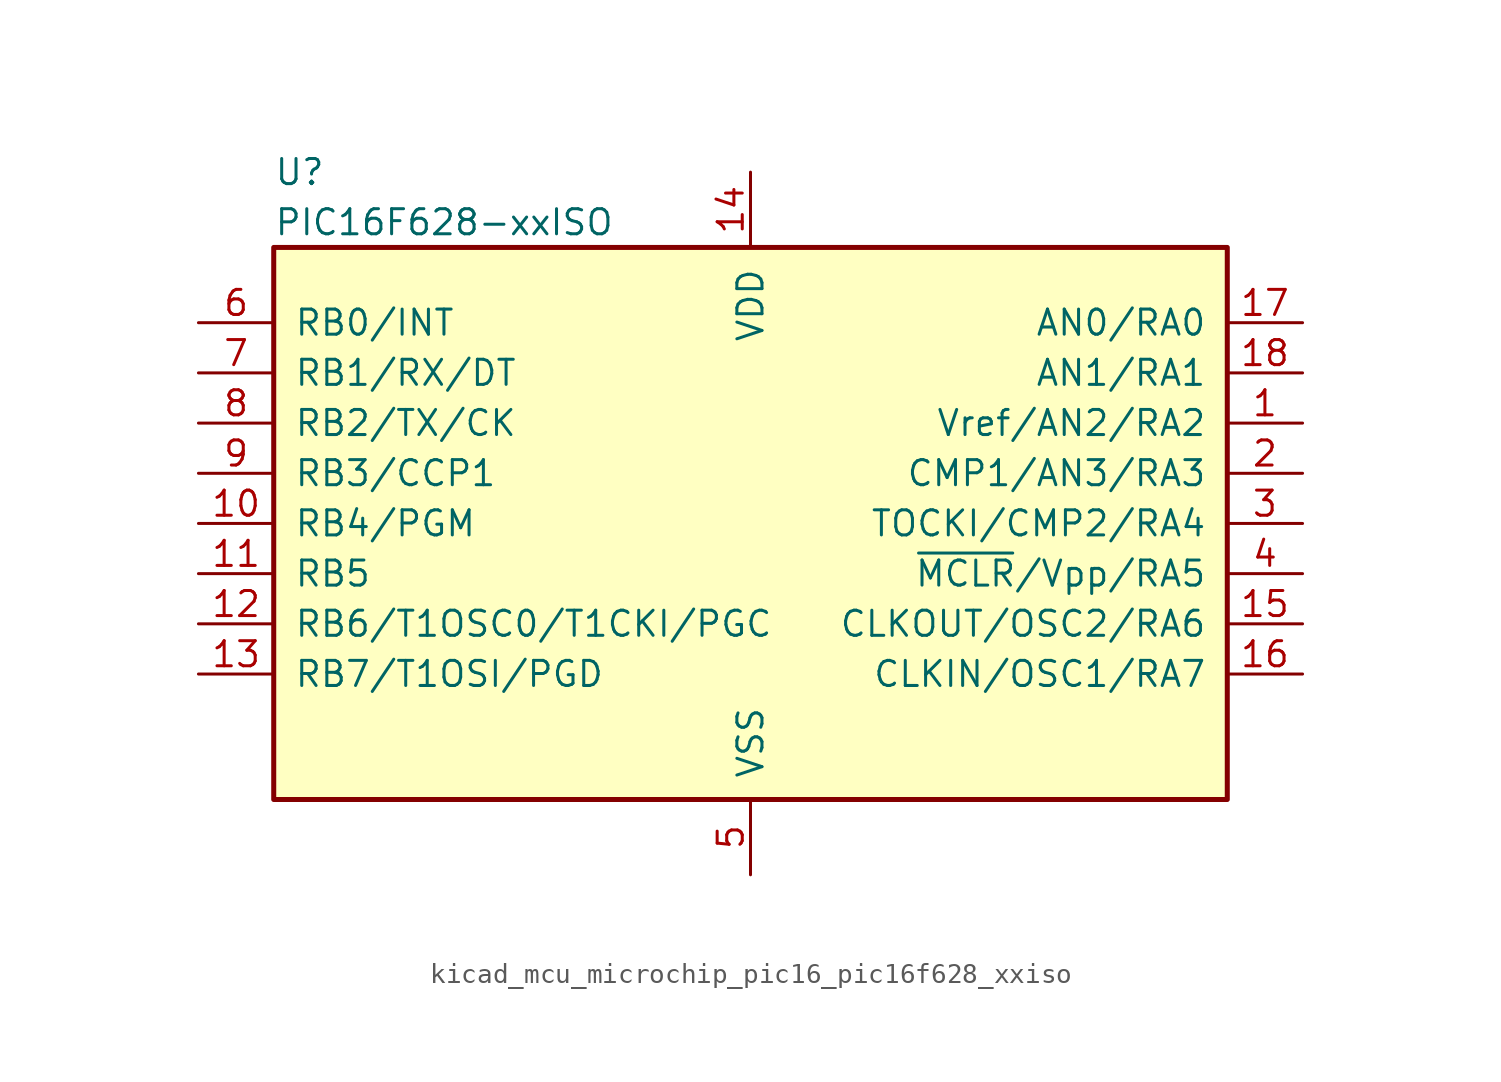
<source format=kicad_sym>
(kicad_symbol_lib
  (version 20220914)
  (generator kicad_symbol_editor)
  (symbol "kicad_mcu_microchip_pic16_pic16f628_xxiso"
    (pin_names
      (offset 1.016))
    (property "Reference" "U"
      (at -24.13 17.78 0)
      (effects (font (size 1.27 1.27)) (justify left)))
    (property "Value" "PIC16F628-xxISO"
      (at -24.13 15.24 0)
      (effects (font (size 1.27 1.27)) (justify left)))
    (symbol "kicad_mcu_microchip_pic16_pic16f628_xxiso_0_1"
      (rectangle (start 24.13 13.97) (end -24.13 -13.97) (stroke (width 0.254) (type default)) (fill (type background))))
    (symbol "kicad_mcu_microchip_pic16_pic16f628_xxiso_1_1"
      (pin bidirectional line (at 27.94 5.08 180) (length 3.81) (name "Vref/AN2/RA2" (effects (font (size 1.27 1.27)))) (number "1" (effects (font (size 1.27 1.27)))))
      (pin bidirectional line (at -27.94 0 0) (length 3.81) (name "RB4/PGM" (effects (font (size 1.27 1.27)))) (number "10" (effects (font (size 1.27 1.27)))))
      (pin bidirectional line (at -27.94 -2.54 0) (length 3.81) (name "RB5" (effects (font (size 1.27 1.27)))) (number "11" (effects (font (size 1.27 1.27)))))
      (pin bidirectional line (at -27.94 -5.08 0) (length 3.81) (name "RB6/T1OSC0/T1CKI/PGC" (effects (font (size 1.27 1.27)))) (number "12" (effects (font (size 1.27 1.27)))))
      (pin bidirectional line (at -27.94 -7.62 0) (length 3.81) (name "RB7/T1OSI/PGD" (effects (font (size 1.27 1.27)))) (number "13" (effects (font (size 1.27 1.27)))))
      (pin power_in line (at 0 17.78 270) (length 3.81) (name "VDD" (effects (font (size 1.27 1.27)))) (number "14" (effects (font (size 1.27 1.27)))))
      (pin bidirectional line (at 27.94 -5.08 180) (length 3.81) (name "CLKOUT/OSC2/RA6" (effects (font (size 1.27 1.27)))) (number "15" (effects (font (size 1.27 1.27)))))
      (pin bidirectional line (at 27.94 -7.62 180) (length 3.81) (name "CLKIN/OSC1/RA7" (effects (font (size 1.27 1.27)))) (number "16" (effects (font (size 1.27 1.27)))))
      (pin bidirectional line (at 27.94 10.16 180) (length 3.81) (name "AN0/RA0" (effects (font (size 1.27 1.27)))) (number "17" (effects (font (size 1.27 1.27)))))
      (pin bidirectional line (at 27.94 7.62 180) (length 3.81) (name "AN1/RA1" (effects (font (size 1.27 1.27)))) (number "18" (effects (font (size 1.27 1.27)))))
      (pin bidirectional line (at 27.94 2.54 180) (length 3.81) (name "CMP1/AN3/RA3" (effects (font (size 1.27 1.27)))) (number "2" (effects (font (size 1.27 1.27)))))
      (pin bidirectional line (at 27.94 0 180) (length 3.81) (name "TOCKI/CMP2/RA4" (effects (font (size 1.27 1.27)))) (number "3" (effects (font (size 1.27 1.27)))))
      (pin input line (at 27.94 -2.54 180) (length 3.81) (name "~{MCLR}/Vpp/RA5" (effects (font (size 1.27 1.27)))) (number "4" (effects (font (size 1.27 1.27)))))
      (pin power_in line (at 0 -17.78 90) (length 3.81) (name "VSS" (effects (font (size 1.27 1.27)))) (number "5" (effects (font (size 1.27 1.27)))))
      (pin bidirectional line (at -27.94 10.16 0) (length 3.81) (name "RB0/INT" (effects (font (size 1.27 1.27)))) (number "6" (effects (font (size 1.27 1.27)))))
      (pin bidirectional line (at -27.94 7.62 0) (length 3.81) (name "RB1/RX/DT" (effects (font (size 1.27 1.27)))) (number "7" (effects (font (size 1.27 1.27)))))
      (pin bidirectional line (at -27.94 5.08 0) (length 3.81) (name "RB2/TX/CK" (effects (font (size 1.27 1.27)))) (number "8" (effects (font (size 1.27 1.27)))))
      (pin bidirectional line (at -27.94 2.54 0) (length 3.81) (name "RB3/CCP1" (effects (font (size 1.27 1.27)))) (number "9" (effects (font (size 1.27 1.27))))))))
</source>
